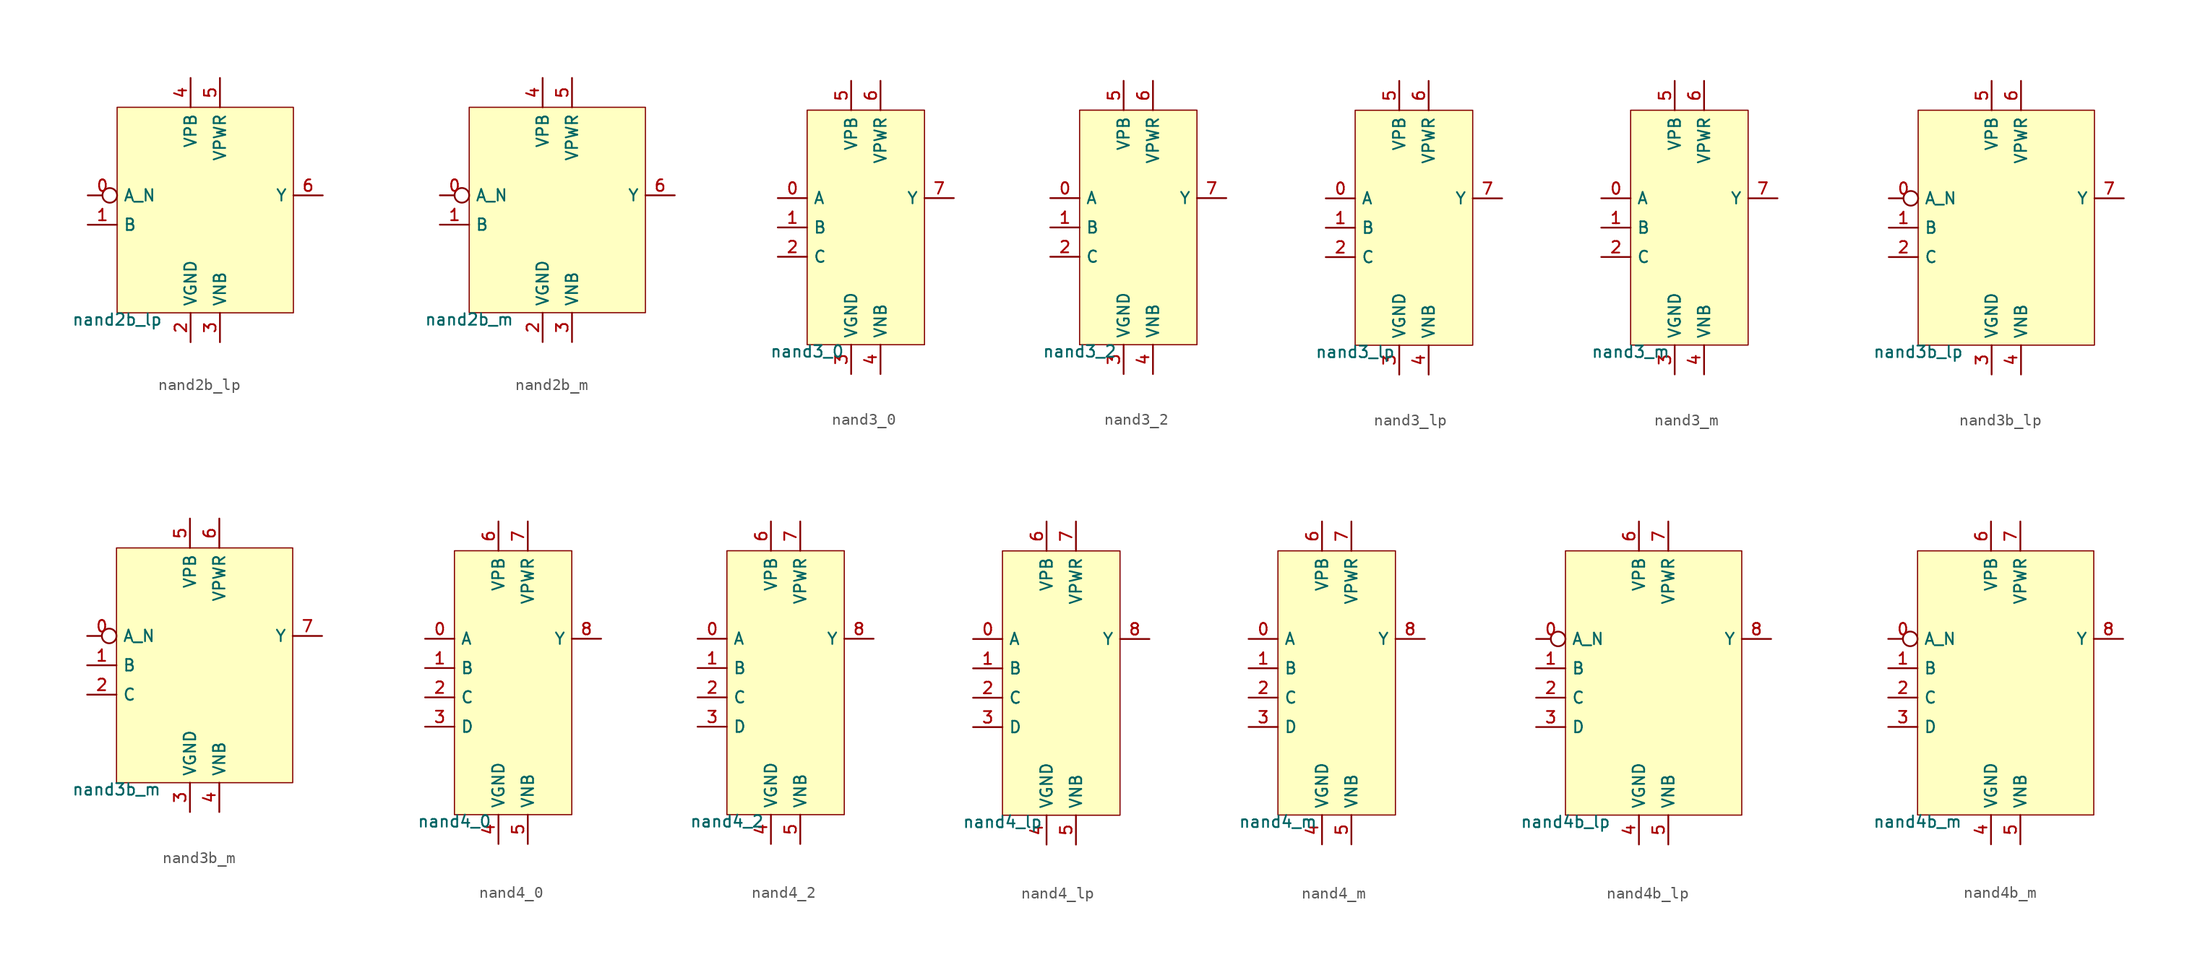
<source format=kicad_sym>
(kicad_symbol_lib
  (version 20211014)
  (generator pdk2kicad)
  (symbol "nand2b_lp"
    (property "Reference" "X"
      (at 0 0 0)
      (effects (font (size 1 1)) hide))
    (property "Value" "nand2b_lp"
      (at -7.62 -8.89 0)
      (effects (font (size 1 1)) (justify top)))
    (rectangle
      (start -7.62 -8.89)
      (end 7.62 8.89)
      (stroke (width 0.1) (type solid) (color 0 0 0 0))
      (fill (type background)))
    (pin input inverted
      (at -10.16 1.27 0)
      (length 2.54)
      (name "A_N" (effects (font (size 1 1)) hide))
      (number "0" (effects (font (size 1 1)) hide)))
    (pin input line
      (at -10.16 -1.27 0)
      (length 2.54)
      (name "B" (effects (font (size 1 1)) hide))
      (number "1" (effects (font (size 1 1)) hide)))
    (pin power_in line
      (at -1.27 -11.43 90)
      (length 2.54)
      (name "VGND" (effects (font (size 1 1)) hide))
      (number "2" (effects (font (size 1 1)) hide)))
    (pin power_in line
      (at 1.27 -11.43 90)
      (length 2.54)
      (name "VNB" (effects (font (size 1 1)) hide))
      (number "3" (effects (font (size 1 1)) hide)))
    (pin power_in line
      (at -1.27 11.43 270)
      (length 2.54)
      (name "VPB" (effects (font (size 1 1)) hide))
      (number "4" (effects (font (size 1 1)) hide)))
    (pin power_in line
      (at 1.27 11.43 270)
      (length 2.54)
      (name "VPWR" (effects (font (size 1 1)) hide))
      (number "5" (effects (font (size 1 1)) hide)))
    (pin output line
      (at 10.16 1.27 180)
      (length 2.54)
      (name "Y" (effects (font (size 1 1)) hide))
      (number "6" (effects (font (size 1 1)) hide))))
  (symbol "nand2b_m"
    (property "Reference" "X"
      (at 0 0 0)
      (effects (font (size 1 1)) hide))
    (property "Value" "nand2b_m"
      (at -7.62 -8.89 0)
      (effects (font (size 1 1)) (justify top)))
    (rectangle
      (start -7.62 -8.89)
      (end 7.62 8.89)
      (stroke (width 0.1) (type solid) (color 0 0 0 0))
      (fill (type background)))
    (pin input inverted
      (at -10.16 1.27 0)
      (length 2.54)
      (name "A_N" (effects (font (size 1 1)) hide))
      (number "0" (effects (font (size 1 1)) hide)))
    (pin input line
      (at -10.16 -1.27 0)
      (length 2.54)
      (name "B" (effects (font (size 1 1)) hide))
      (number "1" (effects (font (size 1 1)) hide)))
    (pin power_in line
      (at -1.27 -11.43 90)
      (length 2.54)
      (name "VGND" (effects (font (size 1 1)) hide))
      (number "2" (effects (font (size 1 1)) hide)))
    (pin power_in line
      (at 1.27 -11.43 90)
      (length 2.54)
      (name "VNB" (effects (font (size 1 1)) hide))
      (number "3" (effects (font (size 1 1)) hide)))
    (pin power_in line
      (at -1.27 11.43 270)
      (length 2.54)
      (name "VPB" (effects (font (size 1 1)) hide))
      (number "4" (effects (font (size 1 1)) hide)))
    (pin power_in line
      (at 1.27 11.43 270)
      (length 2.54)
      (name "VPWR" (effects (font (size 1 1)) hide))
      (number "5" (effects (font (size 1 1)) hide)))
    (pin output line
      (at 10.16 1.27 180)
      (length 2.54)
      (name "Y" (effects (font (size 1 1)) hide))
      (number "6" (effects (font (size 1 1)) hide))))
  (symbol "nand3_0"
    (property "Reference" "X"
      (at 0 0 0)
      (effects (font (size 1 1)) hide))
    (property "Value" "nand3_0"
      (at -5.08 -10.16 0)
      (effects (font (size 1 1)) (justify top)))
    (rectangle
      (start -5.08 -10.16)
      (end 5.08 10.16)
      (stroke (width 0.1) (type solid) (color 0 0 0 0))
      (fill (type background)))
    (pin input line
      (at -7.62 2.54 0)
      (length 2.54)
      (name "A" (effects (font (size 1 1)) hide))
      (number "0" (effects (font (size 1 1)) hide)))
    (pin input line
      (at -7.62 0.0 0)
      (length 2.54)
      (name "B" (effects (font (size 1 1)) hide))
      (number "1" (effects (font (size 1 1)) hide)))
    (pin input line
      (at -7.62 -2.54 0)
      (length 2.54)
      (name "C" (effects (font (size 1 1)) hide))
      (number "2" (effects (font (size 1 1)) hide)))
    (pin power_in line
      (at -1.27 -12.7 90)
      (length 2.54)
      (name "VGND" (effects (font (size 1 1)) hide))
      (number "3" (effects (font (size 1 1)) hide)))
    (pin power_in line
      (at 1.27 -12.7 90)
      (length 2.54)
      (name "VNB" (effects (font (size 1 1)) hide))
      (number "4" (effects (font (size 1 1)) hide)))
    (pin power_in line
      (at -1.27 12.7 270)
      (length 2.54)
      (name "VPB" (effects (font (size 1 1)) hide))
      (number "5" (effects (font (size 1 1)) hide)))
    (pin power_in line
      (at 1.27 12.7 270)
      (length 2.54)
      (name "VPWR" (effects (font (size 1 1)) hide))
      (number "6" (effects (font (size 1 1)) hide)))
    (pin output line
      (at 7.62 2.54 180)
      (length 2.54)
      (name "Y" (effects (font (size 1 1)) hide))
      (number "7" (effects (font (size 1 1)) hide))))
  (symbol "nand3_2"
    (property "Reference" "X"
      (at 0 0 0)
      (effects (font (size 1 1)) hide))
    (property "Value" "nand3_2"
      (at -5.08 -10.16 0)
      (effects (font (size 1 1)) (justify top)))
    (rectangle
      (start -5.08 -10.16)
      (end 5.08 10.16)
      (stroke (width 0.1) (type solid) (color 0 0 0 0))
      (fill (type background)))
    (pin input line
      (at -7.62 2.54 0)
      (length 2.54)
      (name "A" (effects (font (size 1 1)) hide))
      (number "0" (effects (font (size 1 1)) hide)))
    (pin input line
      (at -7.62 0.0 0)
      (length 2.54)
      (name "B" (effects (font (size 1 1)) hide))
      (number "1" (effects (font (size 1 1)) hide)))
    (pin input line
      (at -7.62 -2.54 0)
      (length 2.54)
      (name "C" (effects (font (size 1 1)) hide))
      (number "2" (effects (font (size 1 1)) hide)))
    (pin power_in line
      (at -1.27 -12.7 90)
      (length 2.54)
      (name "VGND" (effects (font (size 1 1)) hide))
      (number "3" (effects (font (size 1 1)) hide)))
    (pin power_in line
      (at 1.27 -12.7 90)
      (length 2.54)
      (name "VNB" (effects (font (size 1 1)) hide))
      (number "4" (effects (font (size 1 1)) hide)))
    (pin power_in line
      (at -1.27 12.7 270)
      (length 2.54)
      (name "VPB" (effects (font (size 1 1)) hide))
      (number "5" (effects (font (size 1 1)) hide)))
    (pin power_in line
      (at 1.27 12.7 270)
      (length 2.54)
      (name "VPWR" (effects (font (size 1 1)) hide))
      (number "6" (effects (font (size 1 1)) hide)))
    (pin output line
      (at 7.62 2.54 180)
      (length 2.54)
      (name "Y" (effects (font (size 1 1)) hide))
      (number "7" (effects (font (size 1 1)) hide))))
  (symbol "nand3_lp"
    (property "Reference" "X"
      (at 0 0 0)
      (effects (font (size 1 1)) hide))
    (property "Value" "nand3_lp"
      (at -5.08 -10.16 0)
      (effects (font (size 1 1)) (justify top)))
    (rectangle
      (start -5.08 -10.16)
      (end 5.08 10.16)
      (stroke (width 0.1) (type solid) (color 0 0 0 0))
      (fill (type background)))
    (pin input line
      (at -7.62 2.54 0)
      (length 2.54)
      (name "A" (effects (font (size 1 1)) hide))
      (number "0" (effects (font (size 1 1)) hide)))
    (pin input line
      (at -7.62 0.0 0)
      (length 2.54)
      (name "B" (effects (font (size 1 1)) hide))
      (number "1" (effects (font (size 1 1)) hide)))
    (pin input line
      (at -7.62 -2.54 0)
      (length 2.54)
      (name "C" (effects (font (size 1 1)) hide))
      (number "2" (effects (font (size 1 1)) hide)))
    (pin power_in line
      (at -1.27 -12.7 90)
      (length 2.54)
      (name "VGND" (effects (font (size 1 1)) hide))
      (number "3" (effects (font (size 1 1)) hide)))
    (pin power_in line
      (at 1.27 -12.7 90)
      (length 2.54)
      (name "VNB" (effects (font (size 1 1)) hide))
      (number "4" (effects (font (size 1 1)) hide)))
    (pin power_in line
      (at -1.27 12.7 270)
      (length 2.54)
      (name "VPB" (effects (font (size 1 1)) hide))
      (number "5" (effects (font (size 1 1)) hide)))
    (pin power_in line
      (at 1.27 12.7 270)
      (length 2.54)
      (name "VPWR" (effects (font (size 1 1)) hide))
      (number "6" (effects (font (size 1 1)) hide)))
    (pin output line
      (at 7.62 2.54 180)
      (length 2.54)
      (name "Y" (effects (font (size 1 1)) hide))
      (number "7" (effects (font (size 1 1)) hide))))
  (symbol "nand3_m"
    (property "Reference" "X"
      (at 0 0 0)
      (effects (font (size 1 1)) hide))
    (property "Value" "nand3_m"
      (at -5.08 -10.16 0)
      (effects (font (size 1 1)) (justify top)))
    (rectangle
      (start -5.08 -10.16)
      (end 5.08 10.16)
      (stroke (width 0.1) (type solid) (color 0 0 0 0))
      (fill (type background)))
    (pin input line
      (at -7.62 2.54 0)
      (length 2.54)
      (name "A" (effects (font (size 1 1)) hide))
      (number "0" (effects (font (size 1 1)) hide)))
    (pin input line
      (at -7.62 0.0 0)
      (length 2.54)
      (name "B" (effects (font (size 1 1)) hide))
      (number "1" (effects (font (size 1 1)) hide)))
    (pin input line
      (at -7.62 -2.54 0)
      (length 2.54)
      (name "C" (effects (font (size 1 1)) hide))
      (number "2" (effects (font (size 1 1)) hide)))
    (pin power_in line
      (at -1.27 -12.7 90)
      (length 2.54)
      (name "VGND" (effects (font (size 1 1)) hide))
      (number "3" (effects (font (size 1 1)) hide)))
    (pin power_in line
      (at 1.27 -12.7 90)
      (length 2.54)
      (name "VNB" (effects (font (size 1 1)) hide))
      (number "4" (effects (font (size 1 1)) hide)))
    (pin power_in line
      (at -1.27 12.7 270)
      (length 2.54)
      (name "VPB" (effects (font (size 1 1)) hide))
      (number "5" (effects (font (size 1 1)) hide)))
    (pin power_in line
      (at 1.27 12.7 270)
      (length 2.54)
      (name "VPWR" (effects (font (size 1 1)) hide))
      (number "6" (effects (font (size 1 1)) hide)))
    (pin output line
      (at 7.62 2.54 180)
      (length 2.54)
      (name "Y" (effects (font (size 1 1)) hide))
      (number "7" (effects (font (size 1 1)) hide))))
  (symbol "nand3b_lp"
    (property "Reference" "X"
      (at 0 0 0)
      (effects (font (size 1 1)) hide))
    (property "Value" "nand3b_lp"
      (at -7.62 -10.16 0)
      (effects (font (size 1 1)) (justify top)))
    (rectangle
      (start -7.62 -10.16)
      (end 7.62 10.16)
      (stroke (width 0.1) (type solid) (color 0 0 0 0))
      (fill (type background)))
    (pin input inverted
      (at -10.16 2.54 0)
      (length 2.54)
      (name "A_N" (effects (font (size 1 1)) hide))
      (number "0" (effects (font (size 1 1)) hide)))
    (pin input line
      (at -10.16 0.0 0)
      (length 2.54)
      (name "B" (effects (font (size 1 1)) hide))
      (number "1" (effects (font (size 1 1)) hide)))
    (pin input line
      (at -10.16 -2.54 0)
      (length 2.54)
      (name "C" (effects (font (size 1 1)) hide))
      (number "2" (effects (font (size 1 1)) hide)))
    (pin power_in line
      (at -1.27 -12.7 90)
      (length 2.54)
      (name "VGND" (effects (font (size 1 1)) hide))
      (number "3" (effects (font (size 1 1)) hide)))
    (pin power_in line
      (at 1.27 -12.7 90)
      (length 2.54)
      (name "VNB" (effects (font (size 1 1)) hide))
      (number "4" (effects (font (size 1 1)) hide)))
    (pin power_in line
      (at -1.27 12.7 270)
      (length 2.54)
      (name "VPB" (effects (font (size 1 1)) hide))
      (number "5" (effects (font (size 1 1)) hide)))
    (pin power_in line
      (at 1.27 12.7 270)
      (length 2.54)
      (name "VPWR" (effects (font (size 1 1)) hide))
      (number "6" (effects (font (size 1 1)) hide)))
    (pin output line
      (at 10.16 2.54 180)
      (length 2.54)
      (name "Y" (effects (font (size 1 1)) hide))
      (number "7" (effects (font (size 1 1)) hide))))
  (symbol "nand3b_m"
    (property "Reference" "X"
      (at 0 0 0)
      (effects (font (size 1 1)) hide))
    (property "Value" "nand3b_m"
      (at -7.62 -10.16 0)
      (effects (font (size 1 1)) (justify top)))
    (rectangle
      (start -7.62 -10.16)
      (end 7.62 10.16)
      (stroke (width 0.1) (type solid) (color 0 0 0 0))
      (fill (type background)))
    (pin input inverted
      (at -10.16 2.54 0)
      (length 2.54)
      (name "A_N" (effects (font (size 1 1)) hide))
      (number "0" (effects (font (size 1 1)) hide)))
    (pin input line
      (at -10.16 0.0 0)
      (length 2.54)
      (name "B" (effects (font (size 1 1)) hide))
      (number "1" (effects (font (size 1 1)) hide)))
    (pin input line
      (at -10.16 -2.54 0)
      (length 2.54)
      (name "C" (effects (font (size 1 1)) hide))
      (number "2" (effects (font (size 1 1)) hide)))
    (pin power_in line
      (at -1.27 -12.7 90)
      (length 2.54)
      (name "VGND" (effects (font (size 1 1)) hide))
      (number "3" (effects (font (size 1 1)) hide)))
    (pin power_in line
      (at 1.27 -12.7 90)
      (length 2.54)
      (name "VNB" (effects (font (size 1 1)) hide))
      (number "4" (effects (font (size 1 1)) hide)))
    (pin power_in line
      (at -1.27 12.7 270)
      (length 2.54)
      (name "VPB" (effects (font (size 1 1)) hide))
      (number "5" (effects (font (size 1 1)) hide)))
    (pin power_in line
      (at 1.27 12.7 270)
      (length 2.54)
      (name "VPWR" (effects (font (size 1 1)) hide))
      (number "6" (effects (font (size 1 1)) hide)))
    (pin output line
      (at 10.16 2.54 180)
      (length 2.54)
      (name "Y" (effects (font (size 1 1)) hide))
      (number "7" (effects (font (size 1 1)) hide))))
  (symbol "nand4_0"
    (property "Reference" "X"
      (at 0 0 0)
      (effects (font (size 1 1)) hide))
    (property "Value" "nand4_0"
      (at -5.08 -11.43 0)
      (effects (font (size 1 1)) (justify top)))
    (rectangle
      (start -5.08 -11.43)
      (end 5.08 11.43)
      (stroke (width 0.1) (type solid) (color 0 0 0 0))
      (fill (type background)))
    (pin input line
      (at -7.62 3.81 0)
      (length 2.54)
      (name "A" (effects (font (size 1 1)) hide))
      (number "0" (effects (font (size 1 1)) hide)))
    (pin input line
      (at -7.62 1.27 0)
      (length 2.54)
      (name "B" (effects (font (size 1 1)) hide))
      (number "1" (effects (font (size 1 1)) hide)))
    (pin input line
      (at -7.62 -1.27 0)
      (length 2.54)
      (name "C" (effects (font (size 1 1)) hide))
      (number "2" (effects (font (size 1 1)) hide)))
    (pin input line
      (at -7.62 -3.81 0)
      (length 2.54)
      (name "D" (effects (font (size 1 1)) hide))
      (number "3" (effects (font (size 1 1)) hide)))
    (pin power_in line
      (at -1.27 -13.97 90)
      (length 2.54)
      (name "VGND" (effects (font (size 1 1)) hide))
      (number "4" (effects (font (size 1 1)) hide)))
    (pin power_in line
      (at 1.27 -13.97 90)
      (length 2.54)
      (name "VNB" (effects (font (size 1 1)) hide))
      (number "5" (effects (font (size 1 1)) hide)))
    (pin power_in line
      (at -1.27 13.97 270)
      (length 2.54)
      (name "VPB" (effects (font (size 1 1)) hide))
      (number "6" (effects (font (size 1 1)) hide)))
    (pin power_in line
      (at 1.27 13.97 270)
      (length 2.54)
      (name "VPWR" (effects (font (size 1 1)) hide))
      (number "7" (effects (font (size 1 1)) hide)))
    (pin output line
      (at 7.62 3.81 180)
      (length 2.54)
      (name "Y" (effects (font (size 1 1)) hide))
      (number "8" (effects (font (size 1 1)) hide))))
  (symbol "nand4_2"
    (property "Reference" "X"
      (at 0 0 0)
      (effects (font (size 1 1)) hide))
    (property "Value" "nand4_2"
      (at -5.08 -11.43 0)
      (effects (font (size 1 1)) (justify top)))
    (rectangle
      (start -5.08 -11.43)
      (end 5.08 11.43)
      (stroke (width 0.1) (type solid) (color 0 0 0 0))
      (fill (type background)))
    (pin input line
      (at -7.62 3.81 0)
      (length 2.54)
      (name "A" (effects (font (size 1 1)) hide))
      (number "0" (effects (font (size 1 1)) hide)))
    (pin input line
      (at -7.62 1.27 0)
      (length 2.54)
      (name "B" (effects (font (size 1 1)) hide))
      (number "1" (effects (font (size 1 1)) hide)))
    (pin input line
      (at -7.62 -1.27 0)
      (length 2.54)
      (name "C" (effects (font (size 1 1)) hide))
      (number "2" (effects (font (size 1 1)) hide)))
    (pin input line
      (at -7.62 -3.81 0)
      (length 2.54)
      (name "D" (effects (font (size 1 1)) hide))
      (number "3" (effects (font (size 1 1)) hide)))
    (pin power_in line
      (at -1.27 -13.97 90)
      (length 2.54)
      (name "VGND" (effects (font (size 1 1)) hide))
      (number "4" (effects (font (size 1 1)) hide)))
    (pin power_in line
      (at 1.27 -13.97 90)
      (length 2.54)
      (name "VNB" (effects (font (size 1 1)) hide))
      (number "5" (effects (font (size 1 1)) hide)))
    (pin power_in line
      (at -1.27 13.97 270)
      (length 2.54)
      (name "VPB" (effects (font (size 1 1)) hide))
      (number "6" (effects (font (size 1 1)) hide)))
    (pin power_in line
      (at 1.27 13.97 270)
      (length 2.54)
      (name "VPWR" (effects (font (size 1 1)) hide))
      (number "7" (effects (font (size 1 1)) hide)))
    (pin output line
      (at 7.62 3.81 180)
      (length 2.54)
      (name "Y" (effects (font (size 1 1)) hide))
      (number "8" (effects (font (size 1 1)) hide))))
  (symbol "nand4_lp"
    (property "Reference" "X"
      (at 0 0 0)
      (effects (font (size 1 1)) hide))
    (property "Value" "nand4_lp"
      (at -5.08 -11.43 0)
      (effects (font (size 1 1)) (justify top)))
    (rectangle
      (start -5.08 -11.43)
      (end 5.08 11.43)
      (stroke (width 0.1) (type solid) (color 0 0 0 0))
      (fill (type background)))
    (pin input line
      (at -7.62 3.81 0)
      (length 2.54)
      (name "A" (effects (font (size 1 1)) hide))
      (number "0" (effects (font (size 1 1)) hide)))
    (pin input line
      (at -7.62 1.27 0)
      (length 2.54)
      (name "B" (effects (font (size 1 1)) hide))
      (number "1" (effects (font (size 1 1)) hide)))
    (pin input line
      (at -7.62 -1.27 0)
      (length 2.54)
      (name "C" (effects (font (size 1 1)) hide))
      (number "2" (effects (font (size 1 1)) hide)))
    (pin input line
      (at -7.62 -3.81 0)
      (length 2.54)
      (name "D" (effects (font (size 1 1)) hide))
      (number "3" (effects (font (size 1 1)) hide)))
    (pin power_in line
      (at -1.27 -13.97 90)
      (length 2.54)
      (name "VGND" (effects (font (size 1 1)) hide))
      (number "4" (effects (font (size 1 1)) hide)))
    (pin power_in line
      (at 1.27 -13.97 90)
      (length 2.54)
      (name "VNB" (effects (font (size 1 1)) hide))
      (number "5" (effects (font (size 1 1)) hide)))
    (pin power_in line
      (at -1.27 13.97 270)
      (length 2.54)
      (name "VPB" (effects (font (size 1 1)) hide))
      (number "6" (effects (font (size 1 1)) hide)))
    (pin power_in line
      (at 1.27 13.97 270)
      (length 2.54)
      (name "VPWR" (effects (font (size 1 1)) hide))
      (number "7" (effects (font (size 1 1)) hide)))
    (pin output line
      (at 7.62 3.81 180)
      (length 2.54)
      (name "Y" (effects (font (size 1 1)) hide))
      (number "8" (effects (font (size 1 1)) hide))))
  (symbol "nand4_m"
    (property "Reference" "X"
      (at 0 0 0)
      (effects (font (size 1 1)) hide))
    (property "Value" "nand4_m"
      (at -5.08 -11.43 0)
      (effects (font (size 1 1)) (justify top)))
    (rectangle
      (start -5.08 -11.43)
      (end 5.08 11.43)
      (stroke (width 0.1) (type solid) (color 0 0 0 0))
      (fill (type background)))
    (pin input line
      (at -7.62 3.81 0)
      (length 2.54)
      (name "A" (effects (font (size 1 1)) hide))
      (number "0" (effects (font (size 1 1)) hide)))
    (pin input line
      (at -7.62 1.27 0)
      (length 2.54)
      (name "B" (effects (font (size 1 1)) hide))
      (number "1" (effects (font (size 1 1)) hide)))
    (pin input line
      (at -7.62 -1.27 0)
      (length 2.54)
      (name "C" (effects (font (size 1 1)) hide))
      (number "2" (effects (font (size 1 1)) hide)))
    (pin input line
      (at -7.62 -3.81 0)
      (length 2.54)
      (name "D" (effects (font (size 1 1)) hide))
      (number "3" (effects (font (size 1 1)) hide)))
    (pin power_in line
      (at -1.27 -13.97 90)
      (length 2.54)
      (name "VGND" (effects (font (size 1 1)) hide))
      (number "4" (effects (font (size 1 1)) hide)))
    (pin power_in line
      (at 1.27 -13.97 90)
      (length 2.54)
      (name "VNB" (effects (font (size 1 1)) hide))
      (number "5" (effects (font (size 1 1)) hide)))
    (pin power_in line
      (at -1.27 13.97 270)
      (length 2.54)
      (name "VPB" (effects (font (size 1 1)) hide))
      (number "6" (effects (font (size 1 1)) hide)))
    (pin power_in line
      (at 1.27 13.97 270)
      (length 2.54)
      (name "VPWR" (effects (font (size 1 1)) hide))
      (number "7" (effects (font (size 1 1)) hide)))
    (pin output line
      (at 7.62 3.81 180)
      (length 2.54)
      (name "Y" (effects (font (size 1 1)) hide))
      (number "8" (effects (font (size 1 1)) hide))))
  (symbol "nand4b_lp"
    (property "Reference" "X"
      (at 0 0 0)
      (effects (font (size 1 1)) hide))
    (property "Value" "nand4b_lp"
      (at -7.62 -11.43 0)
      (effects (font (size 1 1)) (justify top)))
    (rectangle
      (start -7.62 -11.43)
      (end 7.62 11.43)
      (stroke (width 0.1) (type solid) (color 0 0 0 0))
      (fill (type background)))
    (pin input inverted
      (at -10.16 3.81 0)
      (length 2.54)
      (name "A_N" (effects (font (size 1 1)) hide))
      (number "0" (effects (font (size 1 1)) hide)))
    (pin input line
      (at -10.16 1.27 0)
      (length 2.54)
      (name "B" (effects (font (size 1 1)) hide))
      (number "1" (effects (font (size 1 1)) hide)))
    (pin input line
      (at -10.16 -1.27 0)
      (length 2.54)
      (name "C" (effects (font (size 1 1)) hide))
      (number "2" (effects (font (size 1 1)) hide)))
    (pin input line
      (at -10.16 -3.81 0)
      (length 2.54)
      (name "D" (effects (font (size 1 1)) hide))
      (number "3" (effects (font (size 1 1)) hide)))
    (pin power_in line
      (at -1.27 -13.97 90)
      (length 2.54)
      (name "VGND" (effects (font (size 1 1)) hide))
      (number "4" (effects (font (size 1 1)) hide)))
    (pin power_in line
      (at 1.27 -13.97 90)
      (length 2.54)
      (name "VNB" (effects (font (size 1 1)) hide))
      (number "5" (effects (font (size 1 1)) hide)))
    (pin power_in line
      (at -1.27 13.97 270)
      (length 2.54)
      (name "VPB" (effects (font (size 1 1)) hide))
      (number "6" (effects (font (size 1 1)) hide)))
    (pin power_in line
      (at 1.27 13.97 270)
      (length 2.54)
      (name "VPWR" (effects (font (size 1 1)) hide))
      (number "7" (effects (font (size 1 1)) hide)))
    (pin output line
      (at 10.16 3.81 180)
      (length 2.54)
      (name "Y" (effects (font (size 1 1)) hide))
      (number "8" (effects (font (size 1 1)) hide))))
  (symbol "nand4b_m"
    (property "Reference" "X"
      (at 0 0 0)
      (effects (font (size 1 1)) hide))
    (property "Value" "nand4b_m"
      (at -7.62 -11.43 0)
      (effects (font (size 1 1)) (justify top)))
    (rectangle
      (start -7.62 -11.43)
      (end 7.62 11.43)
      (stroke (width 0.1) (type solid) (color 0 0 0 0))
      (fill (type background)))
    (pin input inverted
      (at -10.16 3.81 0)
      (length 2.54)
      (name "A_N" (effects (font (size 1 1)) hide))
      (number "0" (effects (font (size 1 1)) hide)))
    (pin input line
      (at -10.16 1.27 0)
      (length 2.54)
      (name "B" (effects (font (size 1 1)) hide))
      (number "1" (effects (font (size 1 1)) hide)))
    (pin input line
      (at -10.16 -1.27 0)
      (length 2.54)
      (name "C" (effects (font (size 1 1)) hide))
      (number "2" (effects (font (size 1 1)) hide)))
    (pin input line
      (at -10.16 -3.81 0)
      (length 2.54)
      (name "D" (effects (font (size 1 1)) hide))
      (number "3" (effects (font (size 1 1)) hide)))
    (pin power_in line
      (at -1.27 -13.97 90)
      (length 2.54)
      (name "VGND" (effects (font (size 1 1)) hide))
      (number "4" (effects (font (size 1 1)) hide)))
    (pin power_in line
      (at 1.27 -13.97 90)
      (length 2.54)
      (name "VNB" (effects (font (size 1 1)) hide))
      (number "5" (effects (font (size 1 1)) hide)))
    (pin power_in line
      (at -1.27 13.97 270)
      (length 2.54)
      (name "VPB" (effects (font (size 1 1)) hide))
      (number "6" (effects (font (size 1 1)) hide)))
    (pin power_in line
      (at 1.27 13.97 270)
      (length 2.54)
      (name "VPWR" (effects (font (size 1 1)) hide))
      (number "7" (effects (font (size 1 1)) hide)))
    (pin output line
      (at 10.16 3.81 180)
      (length 2.54)
      (name "Y" (effects (font (size 1 1)) hide))
      (number "8" (effects (font (size 1 1)) hide)))))
</source>
